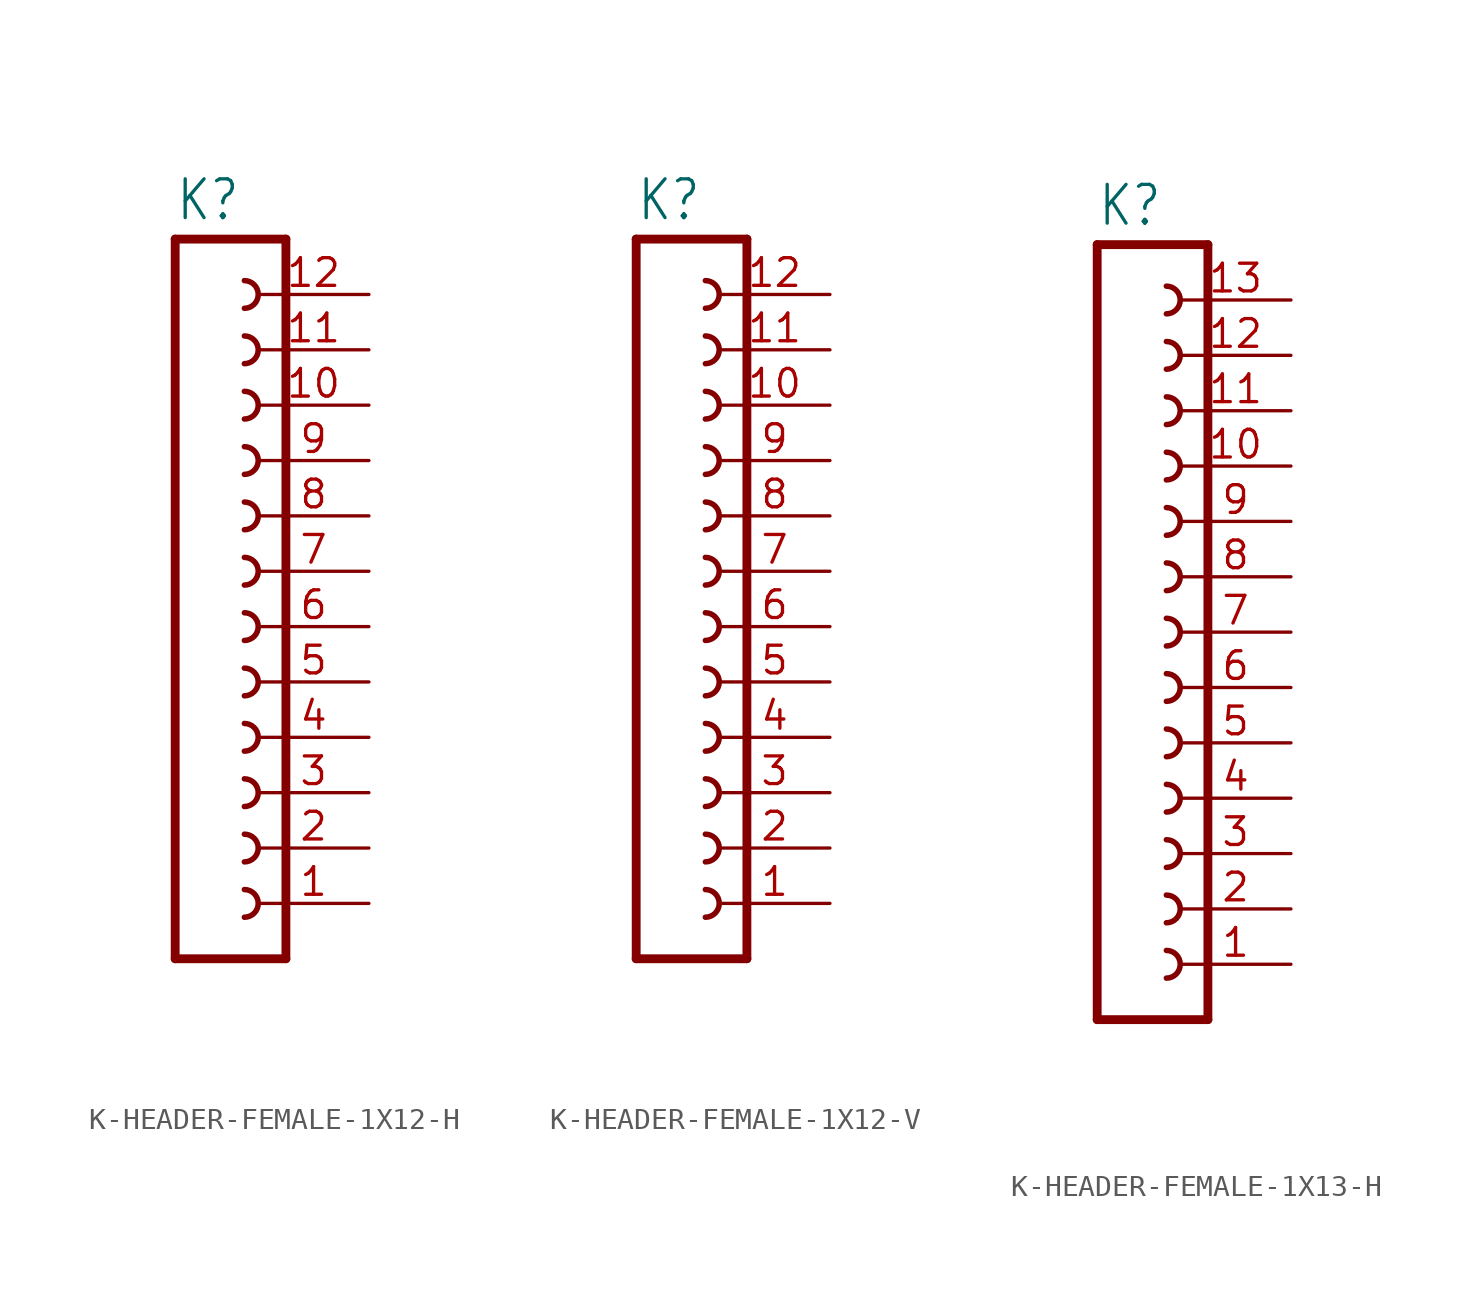
<source format=kicad_sym>
(kicad_symbol_lib
  (version 20231120)
  (generator "kicad_symbol_editor")
  (generator_version "8.0")
  (symbol "K-HEADER-FEMALE-1X12-H"
    (property "Reference" "K"
      (at -1.27 26.162 0)
      (effects (font (size 1.778 1.511)) (justify left bottom)))
    (property "Value" ""
      (at -1.27 -10.16 0)
      (effects (font (size 1.778 1.511)) (justify left bottom)))
    (property "ki_locked" ""
      (at 0 0 0)
      (effects (font (size 1.27 1.27))))
    (symbol "K-HEADER-FEMALE-1X12-H_1_0"
      (polyline (pts (xy -1.27 25.4) (xy -1.27 -7.62)) (stroke (width 0.406) (type solid)) (fill (type none)))
      (polyline (pts (xy -1.27 25.4) (xy 3.81 25.4)) (stroke (width 0.406) (type solid)) (fill (type none)))
      (polyline (pts (xy 3.81 -7.62) (xy -1.27 -7.62)) (stroke (width 0.406) (type solid)) (fill (type none)))
      (polyline (pts (xy 3.81 -7.62) (xy 3.81 25.4)) (stroke (width 0.406) (type solid)) (fill (type none)))
      (arc (start 1.905 -5.715) (mid 2.54 -5.08) (end 1.905 -4.445) (stroke (width 0.254) (type solid)) (fill (type none)))
      (arc (start 1.905 -3.175) (mid 2.54 -2.54) (end 1.905 -1.905) (stroke (width 0.254) (type solid)) (fill (type none)))
      (arc (start 1.905 -0.635) (mid 2.54 0) (end 1.905 0.635) (stroke (width 0.254) (type solid)) (fill (type none)))
      (arc (start 1.905 1.905) (mid 2.54 2.54) (end 1.905 3.175) (stroke (width 0.254) (type solid)) (fill (type none)))
      (arc (start 1.905 4.445) (mid 2.54 5.08) (end 1.905 5.715) (stroke (width 0.254) (type solid)) (fill (type none)))
      (arc (start 1.905 6.985) (mid 2.54 7.62) (end 1.905 8.255) (stroke (width 0.254) (type solid)) (fill (type none)))
      (arc (start 1.905 9.525) (mid 2.54 10.16) (end 1.905 10.795) (stroke (width 0.254) (type solid)) (fill (type none)))
      (arc (start 1.905 12.065) (mid 2.54 12.7) (end 1.905 13.335) (stroke (width 0.254) (type solid)) (fill (type none)))
      (arc (start 1.905 14.605) (mid 2.54 15.24) (end 1.905 15.875) (stroke (width 0.254) (type solid)) (fill (type none)))
      (arc (start 1.905 17.145) (mid 2.54 17.78) (end 1.905 18.415) (stroke (width 0.254) (type solid)) (fill (type none)))
      (arc (start 1.905 19.685) (mid 2.54 20.32) (end 1.905 20.955) (stroke (width 0.254) (type solid)) (fill (type none)))
      (arc (start 1.905 22.225) (mid 2.54 22.86) (end 1.905 23.495) (stroke (width 0.254) (type solid)) (fill (type none)))
      (pin passive line (at 7.62 -5.08 180) (length 5.08) (name "1" (effects (font (size 0 0)))) (number "1" (effects (font (size 1.27 1.27)))))
      (pin passive line (at 7.62 17.78 180) (length 5.08) (name "10" (effects (font (size 0 0)))) (number "10" (effects (font (size 1.27 1.27)))))
      (pin passive line (at 7.62 20.32 180) (length 5.08) (name "11" (effects (font (size 0 0)))) (number "11" (effects (font (size 1.27 1.27)))))
      (pin passive line (at 7.62 22.86 180) (length 5.08) (name "12" (effects (font (size 0 0)))) (number "12" (effects (font (size 1.27 1.27)))))
      (pin passive line (at 7.62 -2.54 180) (length 5.08) (name "2" (effects (font (size 0 0)))) (number "2" (effects (font (size 1.27 1.27)))))
      (pin passive line (at 7.62 0 180) (length 5.08) (name "3" (effects (font (size 0 0)))) (number "3" (effects (font (size 1.27 1.27)))))
      (pin passive line (at 7.62 2.54 180) (length 5.08) (name "4" (effects (font (size 0 0)))) (number "4" (effects (font (size 1.27 1.27)))))
      (pin passive line (at 7.62 5.08 180) (length 5.08) (name "5" (effects (font (size 0 0)))) (number "5" (effects (font (size 1.27 1.27)))))
      (pin passive line (at 7.62 7.62 180) (length 5.08) (name "6" (effects (font (size 0 0)))) (number "6" (effects (font (size 1.27 1.27)))))
      (pin passive line (at 7.62 10.16 180) (length 5.08) (name "7" (effects (font (size 0 0)))) (number "7" (effects (font (size 1.27 1.27)))))
      (pin passive line (at 7.62 12.7 180) (length 5.08) (name "8" (effects (font (size 0 0)))) (number "8" (effects (font (size 1.27 1.27)))))
      (pin passive line (at 7.62 15.24 180) (length 5.08) (name "9" (effects (font (size 0 0)))) (number "9" (effects (font (size 1.27 1.27)))))))
  (symbol "K-HEADER-FEMALE-1X12-V"
    (property "Reference" "K"
      (at -1.27 26.162 0)
      (effects (font (size 1.778 1.511)) (justify left bottom)))
    (property "Value" ""
      (at -1.27 -10.16 0)
      (effects (font (size 1.778 1.511)) (justify left bottom)))
    (property "ki_locked" ""
      (at 0 0 0)
      (effects (font (size 1.27 1.27))))
    (symbol "K-HEADER-FEMALE-1X12-V_1_0"
      (polyline (pts (xy -1.27 25.4) (xy -1.27 -7.62)) (stroke (width 0.406) (type solid)) (fill (type none)))
      (polyline (pts (xy -1.27 25.4) (xy 3.81 25.4)) (stroke (width 0.406) (type solid)) (fill (type none)))
      (polyline (pts (xy 3.81 -7.62) (xy -1.27 -7.62)) (stroke (width 0.406) (type solid)) (fill (type none)))
      (polyline (pts (xy 3.81 -7.62) (xy 3.81 25.4)) (stroke (width 0.406) (type solid)) (fill (type none)))
      (arc (start 1.905 -5.715) (mid 2.54 -5.08) (end 1.905 -4.445) (stroke (width 0.254) (type solid)) (fill (type none)))
      (arc (start 1.905 -3.175) (mid 2.54 -2.54) (end 1.905 -1.905) (stroke (width 0.254) (type solid)) (fill (type none)))
      (arc (start 1.905 -0.635) (mid 2.54 0) (end 1.905 0.635) (stroke (width 0.254) (type solid)) (fill (type none)))
      (arc (start 1.905 1.905) (mid 2.54 2.54) (end 1.905 3.175) (stroke (width 0.254) (type solid)) (fill (type none)))
      (arc (start 1.905 4.445) (mid 2.54 5.08) (end 1.905 5.715) (stroke (width 0.254) (type solid)) (fill (type none)))
      (arc (start 1.905 6.985) (mid 2.54 7.62) (end 1.905 8.255) (stroke (width 0.254) (type solid)) (fill (type none)))
      (arc (start 1.905 9.525) (mid 2.54 10.16) (end 1.905 10.795) (stroke (width 0.254) (type solid)) (fill (type none)))
      (arc (start 1.905 12.065) (mid 2.54 12.7) (end 1.905 13.335) (stroke (width 0.254) (type solid)) (fill (type none)))
      (arc (start 1.905 14.605) (mid 2.54 15.24) (end 1.905 15.875) (stroke (width 0.254) (type solid)) (fill (type none)))
      (arc (start 1.905 17.145) (mid 2.54 17.78) (end 1.905 18.415) (stroke (width 0.254) (type solid)) (fill (type none)))
      (arc (start 1.905 19.685) (mid 2.54 20.32) (end 1.905 20.955) (stroke (width 0.254) (type solid)) (fill (type none)))
      (arc (start 1.905 22.225) (mid 2.54 22.86) (end 1.905 23.495) (stroke (width 0.254) (type solid)) (fill (type none)))
      (pin passive line (at 7.62 -5.08 180) (length 5.08) (name "1" (effects (font (size 0 0)))) (number "1" (effects (font (size 1.27 1.27)))))
      (pin passive line (at 7.62 17.78 180) (length 5.08) (name "10" (effects (font (size 0 0)))) (number "10" (effects (font (size 1.27 1.27)))))
      (pin passive line (at 7.62 20.32 180) (length 5.08) (name "11" (effects (font (size 0 0)))) (number "11" (effects (font (size 1.27 1.27)))))
      (pin passive line (at 7.62 22.86 180) (length 5.08) (name "12" (effects (font (size 0 0)))) (number "12" (effects (font (size 1.27 1.27)))))
      (pin passive line (at 7.62 -2.54 180) (length 5.08) (name "2" (effects (font (size 0 0)))) (number "2" (effects (font (size 1.27 1.27)))))
      (pin passive line (at 7.62 0 180) (length 5.08) (name "3" (effects (font (size 0 0)))) (number "3" (effects (font (size 1.27 1.27)))))
      (pin passive line (at 7.62 2.54 180) (length 5.08) (name "4" (effects (font (size 0 0)))) (number "4" (effects (font (size 1.27 1.27)))))
      (pin passive line (at 7.62 5.08 180) (length 5.08) (name "5" (effects (font (size 0 0)))) (number "5" (effects (font (size 1.27 1.27)))))
      (pin passive line (at 7.62 7.62 180) (length 5.08) (name "6" (effects (font (size 0 0)))) (number "6" (effects (font (size 1.27 1.27)))))
      (pin passive line (at 7.62 10.16 180) (length 5.08) (name "7" (effects (font (size 0 0)))) (number "7" (effects (font (size 1.27 1.27)))))
      (pin passive line (at 7.62 12.7 180) (length 5.08) (name "8" (effects (font (size 0 0)))) (number "8" (effects (font (size 1.27 1.27)))))
      (pin passive line (at 7.62 15.24 180) (length 5.08) (name "9" (effects (font (size 0 0)))) (number "9" (effects (font (size 1.27 1.27)))))))
  (symbol "K-HEADER-FEMALE-1X13-H"
    (property "Reference" "K"
      (at -1.27 28.702 0)
      (effects (font (size 1.778 1.511)) (justify left bottom)))
    (property "Value" ""
      (at -1.27 -10.16 0)
      (effects (font (size 1.778 1.511)) (justify left bottom)))
    (property "ki_locked" ""
      (at 0 0 0)
      (effects (font (size 1.27 1.27))))
    (symbol "K-HEADER-FEMALE-1X13-H_1_0"
      (polyline (pts (xy -1.27 27.94) (xy -1.27 -7.62)) (stroke (width 0.406) (type solid)) (fill (type none)))
      (polyline (pts (xy -1.27 27.94) (xy 3.81 27.94)) (stroke (width 0.406) (type solid)) (fill (type none)))
      (polyline (pts (xy 3.81 -7.62) (xy -1.27 -7.62)) (stroke (width 0.406) (type solid)) (fill (type none)))
      (polyline (pts (xy 3.81 -7.62) (xy 3.81 27.94)) (stroke (width 0.406) (type solid)) (fill (type none)))
      (arc (start 1.905 -5.715) (mid 2.54 -5.08) (end 1.905 -4.445) (stroke (width 0.254) (type solid)) (fill (type none)))
      (arc (start 1.905 -3.175) (mid 2.54 -2.54) (end 1.905 -1.905) (stroke (width 0.254) (type solid)) (fill (type none)))
      (arc (start 1.905 -0.635) (mid 2.54 0) (end 1.905 0.635) (stroke (width 0.254) (type solid)) (fill (type none)))
      (arc (start 1.905 1.905) (mid 2.54 2.54) (end 1.905 3.175) (stroke (width 0.254) (type solid)) (fill (type none)))
      (arc (start 1.905 4.445) (mid 2.54 5.08) (end 1.905 5.715) (stroke (width 0.254) (type solid)) (fill (type none)))
      (arc (start 1.905 6.985) (mid 2.54 7.62) (end 1.905 8.255) (stroke (width 0.254) (type solid)) (fill (type none)))
      (arc (start 1.905 9.525) (mid 2.54 10.16) (end 1.905 10.795) (stroke (width 0.254) (type solid)) (fill (type none)))
      (arc (start 1.905 12.065) (mid 2.54 12.7) (end 1.905 13.335) (stroke (width 0.254) (type solid)) (fill (type none)))
      (arc (start 1.905 14.605) (mid 2.54 15.24) (end 1.905 15.875) (stroke (width 0.254) (type solid)) (fill (type none)))
      (arc (start 1.905 17.145) (mid 2.54 17.78) (end 1.905 18.415) (stroke (width 0.254) (type solid)) (fill (type none)))
      (arc (start 1.905 19.685) (mid 2.54 20.32) (end 1.905 20.955) (stroke (width 0.254) (type solid)) (fill (type none)))
      (arc (start 1.905 22.225) (mid 2.54 22.86) (end 1.905 23.495) (stroke (width 0.254) (type solid)) (fill (type none)))
      (arc (start 1.905 24.765) (mid 2.54 25.4) (end 1.905 26.035) (stroke (width 0.254) (type solid)) (fill (type none)))
      (pin passive line (at 7.62 -5.08 180) (length 5.08) (name "1" (effects (font (size 0 0)))) (number "1" (effects (font (size 1.27 1.27)))))
      (pin passive line (at 7.62 17.78 180) (length 5.08) (name "10" (effects (font (size 0 0)))) (number "10" (effects (font (size 1.27 1.27)))))
      (pin passive line (at 7.62 20.32 180) (length 5.08) (name "11" (effects (font (size 0 0)))) (number "11" (effects (font (size 1.27 1.27)))))
      (pin passive line (at 7.62 22.86 180) (length 5.08) (name "12" (effects (font (size 0 0)))) (number "12" (effects (font (size 1.27 1.27)))))
      (pin passive line (at 7.62 25.4 180) (length 5.08) (name "13" (effects (font (size 0 0)))) (number "13" (effects (font (size 1.27 1.27)))))
      (pin passive line (at 7.62 -2.54 180) (length 5.08) (name "2" (effects (font (size 0 0)))) (number "2" (effects (font (size 1.27 1.27)))))
      (pin passive line (at 7.62 0 180) (length 5.08) (name "3" (effects (font (size 0 0)))) (number "3" (effects (font (size 1.27 1.27)))))
      (pin passive line (at 7.62 2.54 180) (length 5.08) (name "4" (effects (font (size 0 0)))) (number "4" (effects (font (size 1.27 1.27)))))
      (pin passive line (at 7.62 5.08 180) (length 5.08) (name "5" (effects (font (size 0 0)))) (number "5" (effects (font (size 1.27 1.27)))))
      (pin passive line (at 7.62 7.62 180) (length 5.08) (name "6" (effects (font (size 0 0)))) (number "6" (effects (font (size 1.27 1.27)))))
      (pin passive line (at 7.62 10.16 180) (length 5.08) (name "7" (effects (font (size 0 0)))) (number "7" (effects (font (size 1.27 1.27)))))
      (pin passive line (at 7.62 12.7 180) (length 5.08) (name "8" (effects (font (size 0 0)))) (number "8" (effects (font (size 1.27 1.27)))))
      (pin passive line (at 7.62 15.24 180) (length 5.08) (name "9" (effects (font (size 0 0)))) (number "9" (effects (font (size 1.27 1.27))))))))
</source>
